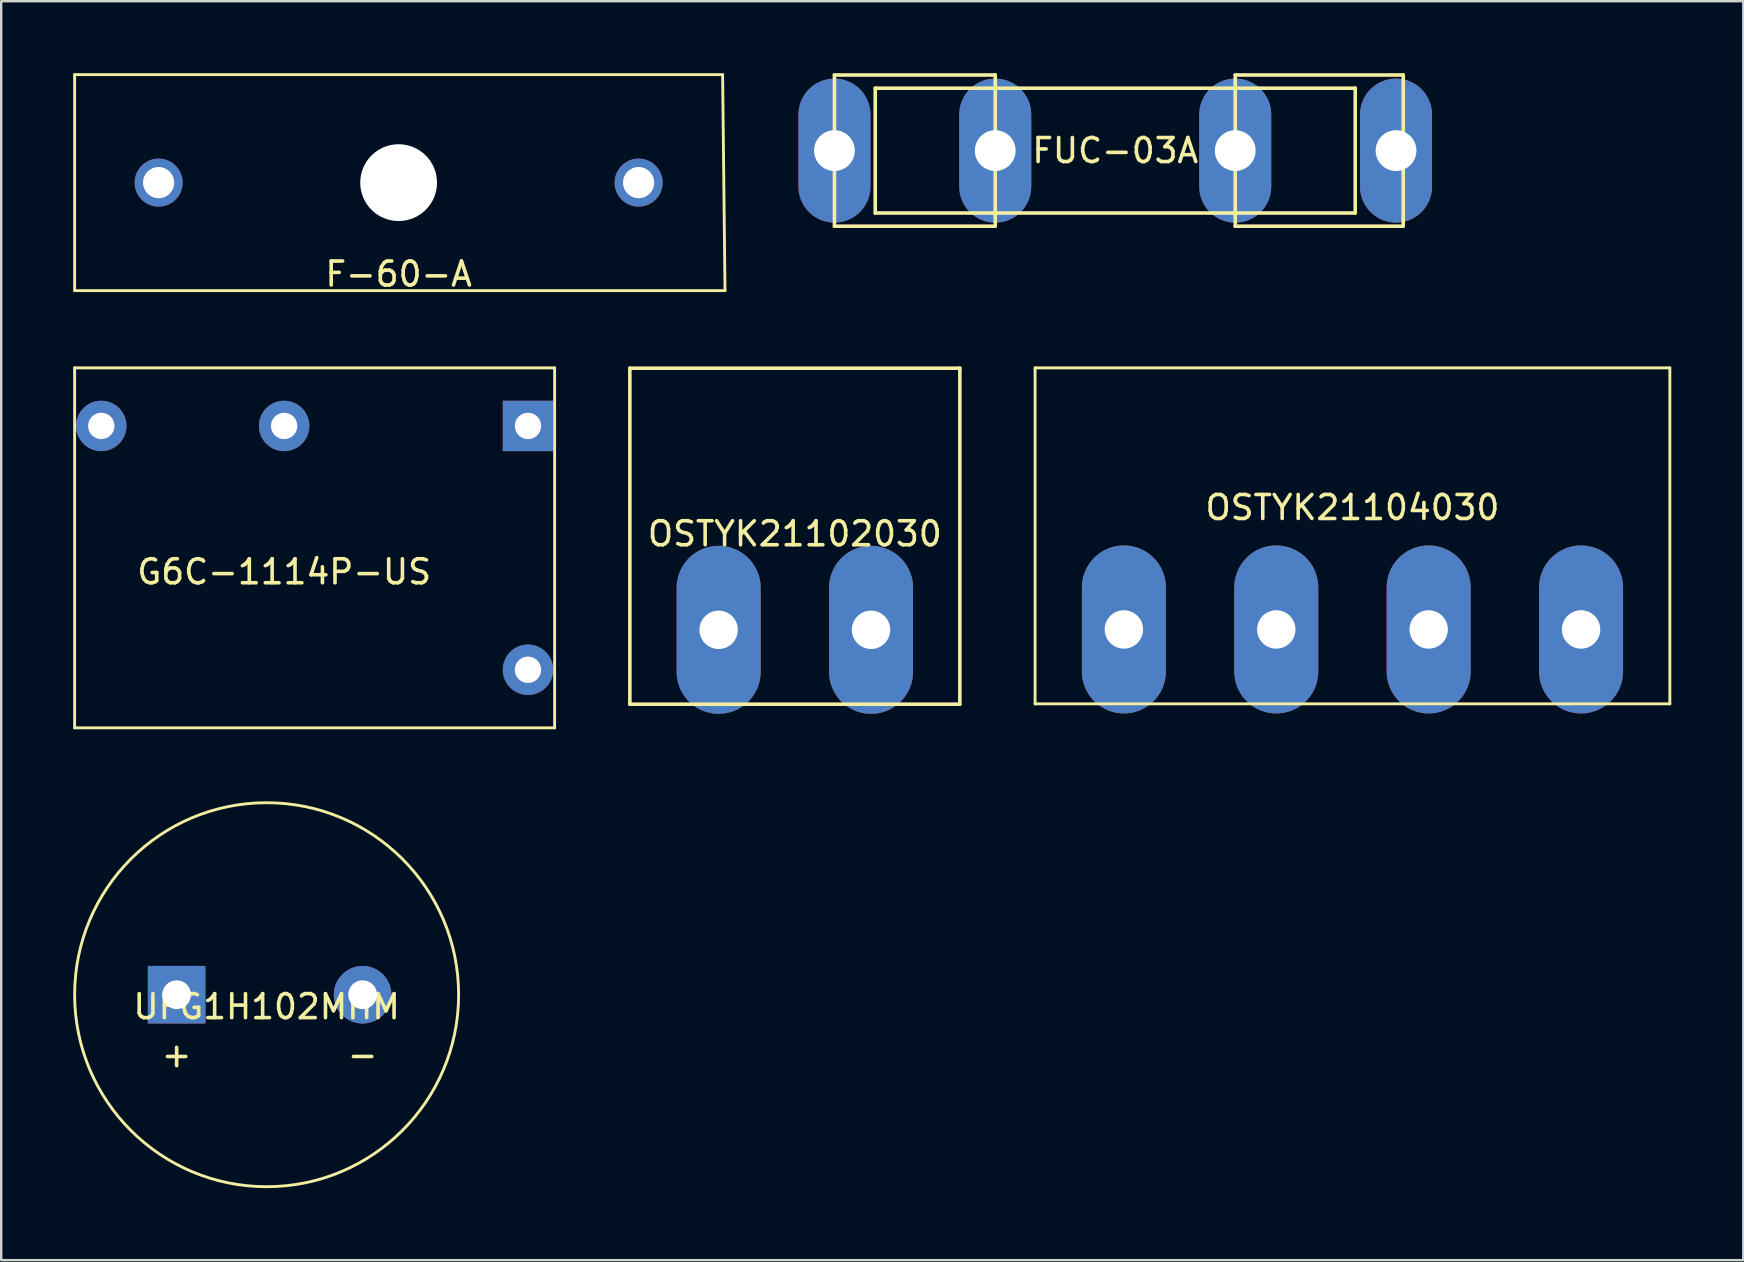
<source format=kicad_pcb>
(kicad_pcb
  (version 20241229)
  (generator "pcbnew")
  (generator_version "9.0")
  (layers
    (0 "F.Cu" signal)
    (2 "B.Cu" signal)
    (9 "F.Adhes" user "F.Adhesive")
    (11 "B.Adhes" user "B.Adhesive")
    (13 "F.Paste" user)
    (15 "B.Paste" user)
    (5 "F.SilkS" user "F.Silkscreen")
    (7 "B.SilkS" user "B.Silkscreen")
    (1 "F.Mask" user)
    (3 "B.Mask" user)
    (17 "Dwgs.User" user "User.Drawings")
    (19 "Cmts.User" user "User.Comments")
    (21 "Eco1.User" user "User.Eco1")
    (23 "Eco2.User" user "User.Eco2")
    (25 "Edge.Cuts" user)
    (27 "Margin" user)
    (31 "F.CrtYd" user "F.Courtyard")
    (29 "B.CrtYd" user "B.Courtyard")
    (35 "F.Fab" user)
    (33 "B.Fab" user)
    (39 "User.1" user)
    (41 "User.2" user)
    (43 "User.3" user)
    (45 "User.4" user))
  (footprint "OSTYK21104030"
    (layer "F.Cu")
    (at 53.305 23.178)
    (property "Reference" "OSTYK21104030" (at 0 -5.08 0) (layer "F.SilkS") (effects (font (size 1 1) (thickness 0.15))))
    (attr through_hole)
    (fp_line (start -13.225 -10.9) (end -13.225 3.1) (stroke (width 0.12) (type solid)) (layer "F.SilkS"))
    (fp_line (start -13.225 3.1) (end 13.225 3.1) (stroke (width 0.12) (type solid)) (layer "F.SilkS"))
    (fp_line (start 13.225 -10.9) (end -13.225 -10.9) (stroke (width 0.12) (type solid)) (layer "F.SilkS"))
    (fp_line (start 13.225 3.1) (end 13.225 -10.9) (stroke (width 0.12) (type solid)) (layer "F.SilkS"))
    (pad "1" thru_hole oval (at -9.525 0) (size 3.5 7) (drill 1.6) (layers "*.Cu" "*.Mask"))
    (pad "2" thru_hole oval (at -3.175 0) (size 3.5 7) (drill 1.6) (layers "*.Cu" "*.Mask"))
    (pad "3" thru_hole oval (at 3.175 0) (size 3.5 7) (drill 1.6) (layers "*.Cu" "*.Mask"))
    (pad "4" thru_hole oval (at 9.525 0) (size 3.5 7) (drill 1.6) (layers "*.Cu" "*.Mask")))
  (footprint "UFG1H102MHM"
    (layer "F.Cu")
    (at 8.06 38.398)
    (property "Reference" "UFG1H102MHM" (at 0 0.5 0) (layer "F.SilkS") (effects (font (size 1 1) (thickness 0.15))))
    (attr through_hole)
    (fp_circle (center 0 0) (end 8 0) (stroke (width 0.12) (type solid)) (fill no) (layer "F.SilkS"))
    (fp_text user "-" (at 4 2.5 0) (layer "F.SilkS") (effects (font (size 1 1) (thickness 0.15))))
    (fp_text user "+" (at -3.75 2.5 0) (layer "F.SilkS") (effects (font (size 1 1) (thickness 0.15))))
    (pad "1" thru_hole rect (at -3.75 0) (size 2.4 2.4) (drill 1.2) (layers "*.Cu" "*.Mask"))
    (pad "2" thru_hole circle (at 4 0) (size 2.4 2.4) (drill 1.2) (layers "*.Cu" "*.Mask")))
  (footprint "FUC-03A"
    (layer "F.Cu")
    (at 43.42 3.225)
    (property "Reference" "FUC-03A" (at 0 0 0) (layer "F.SilkS") (effects (font (size 1 1) (thickness 0.15))))
    (attr through_hole)
    (fp_line (start -11.7 -3.15) (end -11.7 3.15) (stroke (width 0.15) (type solid)) (layer "F.SilkS"))
    (fp_line (start -11.7 3.15) (end -5 3.15) (stroke (width 0.15) (type solid)) (layer "F.SilkS"))
    (fp_line (start -10 -2.6) (end -10 2.6) (stroke (width 0.15) (type solid)) (layer "F.SilkS"))
    (fp_line (start -10 2.6) (end 10 2.6) (stroke (width 0.15) (type solid)) (layer "F.SilkS"))
    (fp_line (start -5 -3.15) (end -11.7 -3.15) (stroke (width 0.15) (type solid)) (layer "F.SilkS"))
    (fp_line (start -5 3.15) (end -5 -3.15) (stroke (width 0.15) (type solid)) (layer "F.SilkS"))
    (fp_line (start 5 -3.15) (end 12 -3.15) (stroke (width 0.15) (type solid)) (layer "F.SilkS"))
    (fp_line (start 5 3.15) (end 5 -3.15) (stroke (width 0.15) (type solid)) (layer "F.SilkS"))
    (fp_line (start 10 -2.6) (end -10 -2.6) (stroke (width 0.15) (type solid)) (layer "F.SilkS"))
    (fp_line (start 10 2.6) (end 10 -2.6) (stroke (width 0.15) (type solid)) (layer "F.SilkS"))
    (fp_line (start 12 -3.15) (end 12 3.15) (stroke (width 0.15) (type solid)) (layer "F.SilkS"))
    (fp_line (start 12 3.15) (end 5 3.15) (stroke (width 0.15) (type solid)) (layer "F.SilkS"))
    (pad "1" thru_hole oval (at -11.7 0) (size 3 6) (drill 1.7) (layers "*.Cu" "*.Mask"))
    (pad "1" thru_hole oval (at -5 0) (size 3 6) (drill 1.7) (layers "*.Cu" "*.Mask"))
    (pad "2" thru_hole oval (at 5 0) (size 3 6) (drill 1.7) (layers "*.Cu" "*.Mask"))
    (pad "2" thru_hole oval (at 11.7 0) (size 3 6) (drill 1.7) (layers "*.Cu" "*.Mask")))
  (footprint "OSTYK21102030"
    (layer "F.Cu")
    (at 30.07 23.193)
    (property "Reference" "OSTYK21102030" (at 0 -4 0) (layer "F.SilkS") (effects (font (size 1 1) (thickness 0.15))))
    (attr through_hole)
    (fp_line (start -6.875 -10.9) (end -6.875 3.1) (stroke (width 0.15) (type solid)) (layer "F.SilkS"))
    (fp_line (start -6.875 3.1) (end 6.875 3.1) (stroke (width 0.15) (type solid)) (layer "F.SilkS"))
    (fp_line (start 6.875 -10.9) (end -6.875 -10.9) (stroke (width 0.15) (type solid)) (layer "F.SilkS"))
    (fp_line (start 6.875 3.1) (end 6.875 -10.9) (stroke (width 0.15) (type solid)) (layer "F.SilkS"))
    (pad "1" thru_hole oval (at -3.175 0) (size 3.5 7) (drill 1.6) (layers "*.Cu" "*.Mask"))
    (pad "2" thru_hole oval (at 3.175 0) (size 3.5 7) (drill 1.6) (layers "*.Cu" "*.Mask")))
  (footprint "G6C-1114P-US"
    (layer "F.Cu")
    (at 8.79 19.778)
    (property "Reference" "G6C-1114P-US" (at 0 1 0) (layer "F.SilkS") (effects (font (size 1 1) (thickness 0.15))))
    (attr through_hole)
    (fp_line (start -8.73 -7.5) (end 11.27 -7.5) (stroke (width 0.12) (type solid)) (layer "F.SilkS"))
    (fp_line (start -8.73 7.5) (end -8.73 -7.5) (stroke (width 0.12) (type solid)) (layer "F.SilkS"))
    (fp_line (start 11.27 -7.5) (end 11.27 7.5) (stroke (width 0.12) (type solid)) (layer "F.SilkS"))
    (fp_line (start 11.27 7.5) (end -8.73 7.5) (stroke (width 0.12) (type solid)) (layer "F.SilkS"))
    (pad "1" thru_hole rect (at 10.16 -5.08) (size 2.1 2.1) (drill 1.1) (layers "*.Cu" "*.Mask"))
    (pad "3" thru_hole circle (at 0 -5.08) (size 2.1 2.1) (drill 1.1) (layers "*.Cu" "*.Mask"))
    (pad "4" thru_hole circle (at -7.62 -5.08) (size 2.1 2.1) (drill 1.1) (layers "*.Cu" "*.Mask"))
    (pad "8" thru_hole circle (at 10.16 5.08) (size 2.1 2.1) (drill 1.1) (layers "*.Cu" "*.Mask")))
  (footprint "F-60-A"
    (layer "F.Cu")
    (at 13.56 4.56)
    (property "Reference" "F-60-A" (at 0 3.81 0) (layer "F.SilkS") (effects (font (size 1 1) (thickness 0.15))))
    (attr through_hole)
    (fp_line (start -13.5 -4.5) (end -13.5 4.5) (stroke (width 0.12) (type solid)) (layer "F.SilkS"))
    (fp_line (start -13.5 4.5) (end 13.6 4.5) (stroke (width 0.12) (type solid)) (layer "F.SilkS"))
    (fp_line (start 13.5 -4.5) (end -13.5 -4.5) (stroke (width 0.12) (type solid)) (layer "F.SilkS"))
    (fp_line (start 13.6 4.5) (end 13.5 -4.5) (stroke (width 0.12) (type solid)) (layer "F.SilkS"))
    (pad "" np_thru_hole circle (at 0 0) (size 3.2 3.2) (drill 3.2) (layers "*.Cu" "*.Mask"))
    (pad "1" thru_hole circle (at -10 0) (size 2 2) (drill 1.3) (layers "*.Cu" "*.Mask"))
    (pad "2" thru_hole circle (at 10 0) (size 2 2) (drill 1.3) (layers "*.Cu" "*.Mask")))
  (gr_rect
    (start -3 -3)
    (end 69.59 49.458)
    (stroke (width 0.1) (type default))
    (fill no)
    (layer "Edge.Cuts")))
</source>
